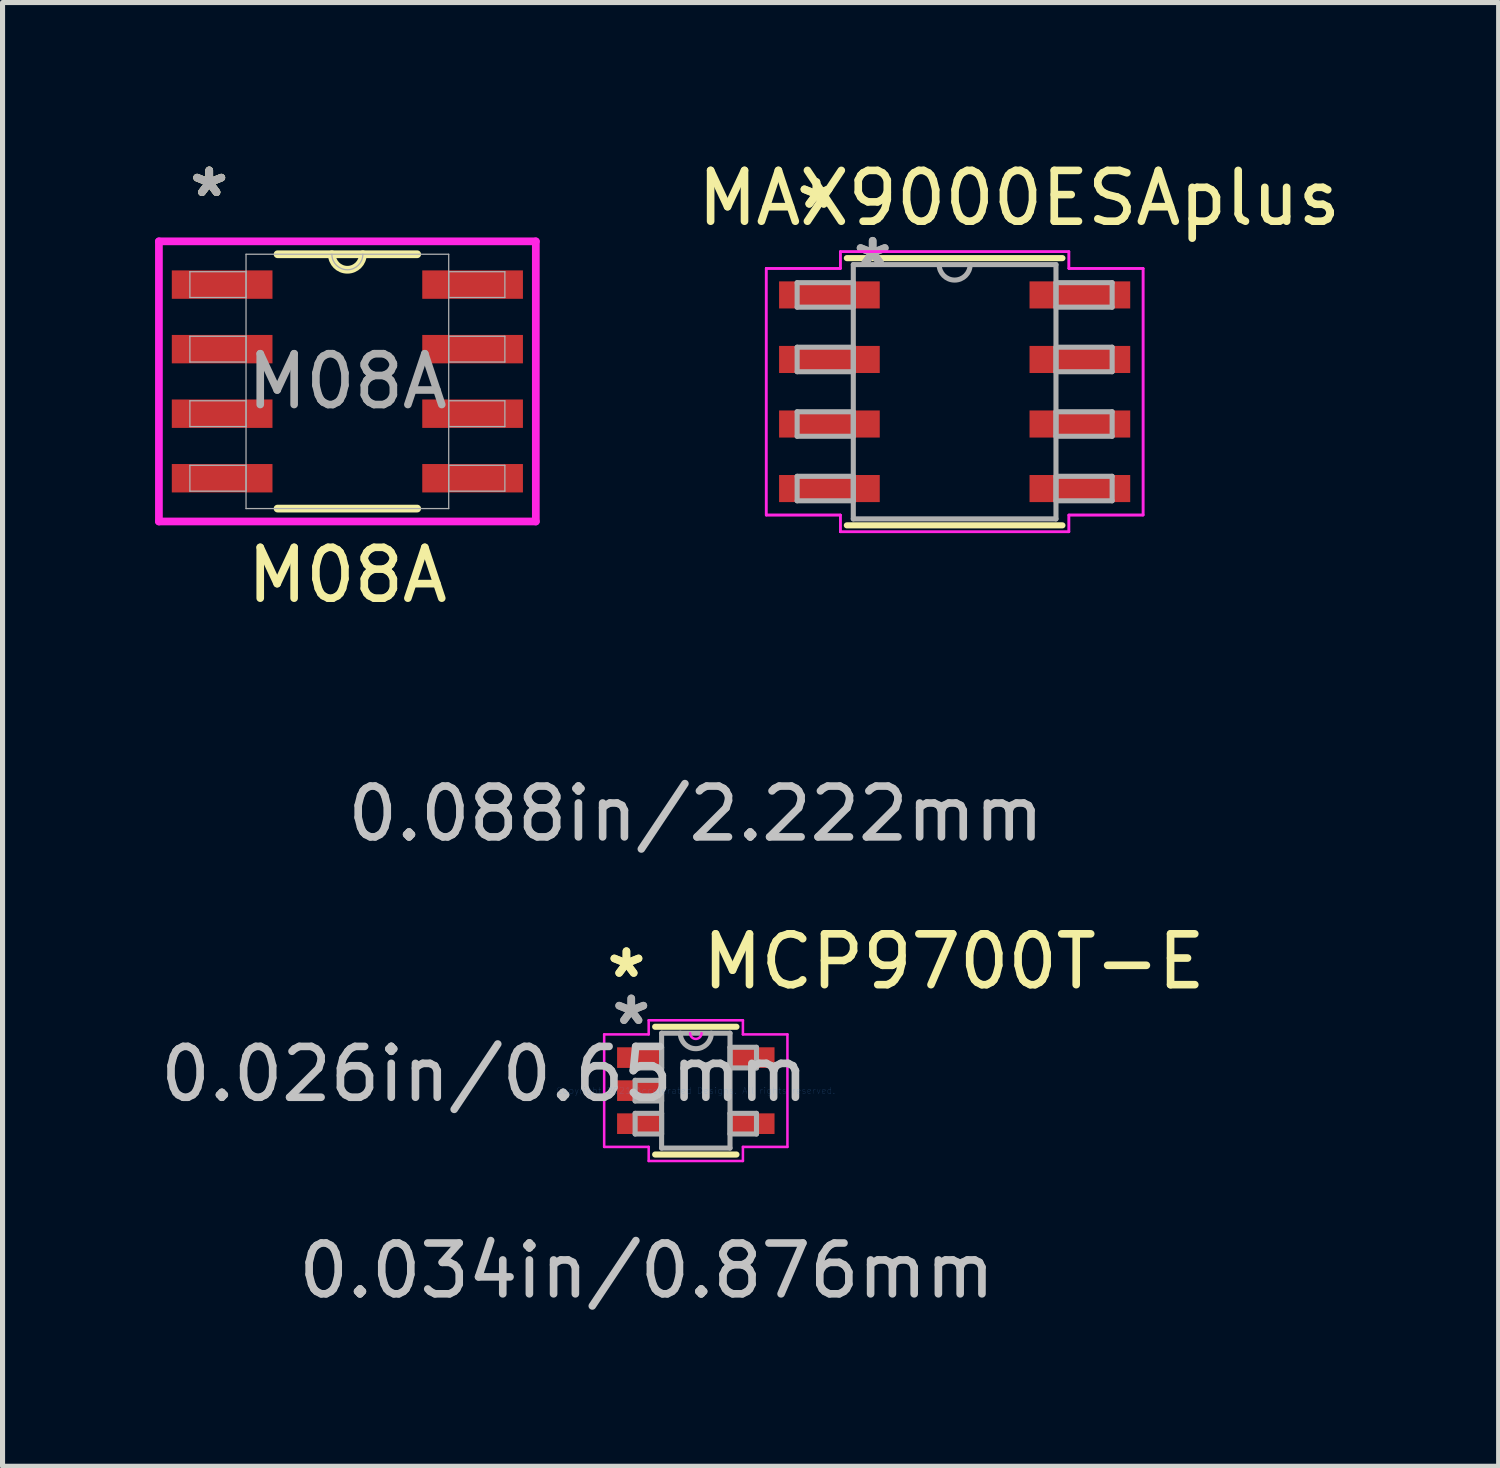
<source format=kicad_pcb>
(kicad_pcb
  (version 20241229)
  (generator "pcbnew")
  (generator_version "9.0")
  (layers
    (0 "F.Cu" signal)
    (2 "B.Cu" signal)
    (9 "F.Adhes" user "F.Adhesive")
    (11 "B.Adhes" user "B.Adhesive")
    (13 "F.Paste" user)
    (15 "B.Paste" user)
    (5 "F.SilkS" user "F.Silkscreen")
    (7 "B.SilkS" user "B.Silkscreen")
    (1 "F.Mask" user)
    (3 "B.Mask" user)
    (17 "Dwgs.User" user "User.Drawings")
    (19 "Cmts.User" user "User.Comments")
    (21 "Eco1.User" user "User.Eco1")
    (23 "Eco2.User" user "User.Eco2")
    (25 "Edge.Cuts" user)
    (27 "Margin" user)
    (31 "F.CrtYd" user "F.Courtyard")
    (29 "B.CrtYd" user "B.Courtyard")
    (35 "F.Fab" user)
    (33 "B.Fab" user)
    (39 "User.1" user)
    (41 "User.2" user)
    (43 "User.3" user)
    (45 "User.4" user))
  (footprint "MAX9000ESAplus"
    (layer "F.Cu")
    (at 15.734 4.658)
    (property "Reference" "MAX9000ESAplus" (at 1.27 -3.81 0) (layer "F.SilkS") (effects (font (size 1 1) (thickness 0.15))))
    (attr through_hole)
    (fp_line (start -2.121 2.629) (end 2.121 2.629) (stroke (width 0.12) (type solid)) (layer "F.SilkS"))
    (fp_line (start 2.121 -2.629) (end -2.121 -2.629) (stroke (width 0.12) (type solid)) (layer "F.SilkS"))
    (fp_line (start -3.708 -2.426) (end -2.248 -2.426) (stroke (width 0.05) (type solid)) (layer "F.CrtYd"))
    (fp_line (start -3.708 -2.426) (end -2.248 -2.426) (stroke (width 0.05) (type solid)) (layer "F.CrtYd"))
    (fp_line (start -3.708 2.426) (end -3.708 -2.426) (stroke (width 0.05) (type solid)) (layer "F.CrtYd"))
    (fp_line (start -3.708 2.426) (end -3.708 -2.426) (stroke (width 0.05) (type solid)) (layer "F.CrtYd"))
    (fp_line (start -3.708 2.426) (end -2.248 2.426) (stroke (width 0.05) (type solid)) (layer "F.CrtYd"))
    (fp_line (start -2.248 -2.756) (end 2.248 -2.756) (stroke (width 0.05) (type solid)) (layer "F.CrtYd"))
    (fp_line (start -2.248 -2.756) (end 2.248 -2.756) (stroke (width 0.05) (type solid)) (layer "F.CrtYd"))
    (fp_line (start -2.248 -2.426) (end -2.248 -2.756) (stroke (width 0.05) (type solid)) (layer "F.CrtYd"))
    (fp_line (start -2.248 -2.426) (end -2.248 -2.756) (stroke (width 0.05) (type solid)) (layer "F.CrtYd"))
    (fp_line (start -2.248 2.426) (end -3.708 2.426) (stroke (width 0.05) (type solid)) (layer "F.CrtYd"))
    (fp_line (start -2.248 2.756) (end -2.248 2.426) (stroke (width 0.05) (type solid)) (layer "F.CrtYd"))
    (fp_line (start -2.248 2.756) (end -2.248 2.426) (stroke (width 0.05) (type solid)) (layer "F.CrtYd"))
    (fp_line (start 2.248 -2.756) (end 2.248 -2.426) (stroke (width 0.05) (type solid)) (layer "F.CrtYd"))
    (fp_line (start 2.248 -2.756) (end 2.248 -2.426) (stroke (width 0.05) (type solid)) (layer "F.CrtYd"))
    (fp_line (start 2.248 -2.426) (end 3.708 -2.426) (stroke (width 0.05) (type solid)) (layer "F.CrtYd"))
    (fp_line (start 2.248 2.426) (end 2.248 2.756) (stroke (width 0.05) (type solid)) (layer "F.CrtYd"))
    (fp_line (start 2.248 2.426) (end 2.248 2.756) (stroke (width 0.05) (type solid)) (layer "F.CrtYd"))
    (fp_line (start 2.248 2.756) (end -2.248 2.756) (stroke (width 0.05) (type solid)) (layer "F.CrtYd"))
    (fp_line (start 2.248 2.756) (end -2.248 2.756) (stroke (width 0.05) (type solid)) (layer "F.CrtYd"))
    (fp_line (start 3.708 -2.426) (end 2.248 -2.426) (stroke (width 0.05) (type solid)) (layer "F.CrtYd"))
    (fp_line (start 3.708 -2.426) (end 3.708 2.426) (stroke (width 0.05) (type solid)) (layer "F.CrtYd"))
    (fp_line (start 3.708 -2.426) (end 3.708 2.426) (stroke (width 0.05) (type solid)) (layer "F.CrtYd"))
    (fp_line (start 3.708 2.426) (end 2.248 2.426) (stroke (width 0.05) (type solid)) (layer "F.CrtYd"))
    (fp_line (start 3.708 2.426) (end 2.248 2.426) (stroke (width 0.05) (type solid)) (layer "F.CrtYd"))
    (fp_line (start -3.099 -2.146) (end -3.099 -1.664) (stroke (width 0.1) (type solid)) (layer "F.Fab"))
    (fp_line (start -3.099 -1.664) (end -1.994 -1.664) (stroke (width 0.1) (type solid)) (layer "F.Fab"))
    (fp_line (start -3.099 -0.876) (end -3.099 -0.394) (stroke (width 0.1) (type solid)) (layer "F.Fab"))
    (fp_line (start -3.099 -0.394) (end -1.994 -0.394) (stroke (width 0.1) (type solid)) (layer "F.Fab"))
    (fp_line (start -3.099 0.394) (end -3.099 0.876) (stroke (width 0.1) (type solid)) (layer "F.Fab"))
    (fp_line (start -3.099 0.876) (end -1.994 0.876) (stroke (width 0.1) (type solid)) (layer "F.Fab"))
    (fp_line (start -3.099 1.664) (end -3.099 2.146) (stroke (width 0.1) (type solid)) (layer "F.Fab"))
    (fp_line (start -3.099 2.146) (end -1.994 2.146) (stroke (width 0.1) (type solid)) (layer "F.Fab"))
    (fp_line (start -1.994 -2.502) (end -1.994 2.502) (stroke (width 0.1) (type solid)) (layer "F.Fab"))
    (fp_line (start -1.994 -2.146) (end -3.099 -2.146) (stroke (width 0.1) (type solid)) (layer "F.Fab"))
    (fp_line (start -1.994 -1.664) (end -1.994 -2.146) (stroke (width 0.1) (type solid)) (layer "F.Fab"))
    (fp_line (start -1.994 -0.876) (end -3.099 -0.876) (stroke (width 0.1) (type solid)) (layer "F.Fab"))
    (fp_line (start -1.994 -0.394) (end -1.994 -0.876) (stroke (width 0.1) (type solid)) (layer "F.Fab"))
    (fp_line (start -1.994 0.394) (end -3.099 0.394) (stroke (width 0.1) (type solid)) (layer "F.Fab"))
    (fp_line (start -1.994 0.876) (end -1.994 0.394) (stroke (width 0.1) (type solid)) (layer "F.Fab"))
    (fp_line (start -1.994 1.664) (end -3.099 1.664) (stroke (width 0.1) (type solid)) (layer "F.Fab"))
    (fp_line (start -1.994 2.146) (end -1.994 1.664) (stroke (width 0.1) (type solid)) (layer "F.Fab"))
    (fp_line (start -1.994 2.502) (end 1.994 2.502) (stroke (width 0.1) (type solid)) (layer "F.Fab"))
    (fp_line (start 1.994 -2.502) (end -1.994 -2.502) (stroke (width 0.1) (type solid)) (layer "F.Fab"))
    (fp_line (start 1.994 -2.146) (end 1.994 -1.664) (stroke (width 0.1) (type solid)) (layer "F.Fab"))
    (fp_line (start 1.994 -1.664) (end 3.099 -1.664) (stroke (width 0.1) (type solid)) (layer "F.Fab"))
    (fp_line (start 1.994 -0.876) (end 1.994 -0.394) (stroke (width 0.1) (type solid)) (layer "F.Fab"))
    (fp_line (start 1.994 -0.394) (end 3.099 -0.394) (stroke (width 0.1) (type solid)) (layer "F.Fab"))
    (fp_line (start 1.994 0.394) (end 1.994 0.876) (stroke (width 0.1) (type solid)) (layer "F.Fab"))
    (fp_line (start 1.994 0.876) (end 3.099 0.876) (stroke (width 0.1) (type solid)) (layer "F.Fab"))
    (fp_line (start 1.994 1.664) (end 1.994 2.146) (stroke (width 0.1) (type solid)) (layer "F.Fab"))
    (fp_line (start 1.994 2.146) (end 3.099 2.146) (stroke (width 0.1) (type solid)) (layer "F.Fab"))
    (fp_line (start 1.994 2.502) (end 1.994 -2.502) (stroke (width 0.1) (type solid)) (layer "F.Fab"))
    (fp_line (start 3.099 -2.146) (end 1.994 -2.146) (stroke (width 0.1) (type solid)) (layer "F.Fab"))
    (fp_line (start 3.099 -1.664) (end 3.099 -2.146) (stroke (width 0.1) (type solid)) (layer "F.Fab"))
    (fp_line (start 3.099 -0.876) (end 1.994 -0.876) (stroke (width 0.1) (type solid)) (layer "F.Fab"))
    (fp_line (start 3.099 -0.394) (end 3.099 -0.876) (stroke (width 0.1) (type solid)) (layer "F.Fab"))
    (fp_line (start 3.099 0.394) (end 1.994 0.394) (stroke (width 0.1) (type solid)) (layer "F.Fab"))
    (fp_line (start 3.099 0.876) (end 3.099 0.394) (stroke (width 0.1) (type solid)) (layer "F.Fab"))
    (fp_line (start 3.099 1.664) (end 1.994 1.664) (stroke (width 0.1) (type solid)) (layer "F.Fab"))
    (fp_line (start 3.099 2.146) (end 3.099 1.664) (stroke (width 0.1) (type solid)) (layer "F.Fab"))
    (fp_arc (start 0.3048 -2.5019) (mid 0 -2.1971) (end -0.3048 -2.5019) (stroke (width 0.1) (type solid)) (layer "F.Fab"))
    (fp_text user "*" (at -2.718 -3.581 0) (layer "F.SilkS") (effects (font (size 1 1) (thickness 0.15))))
    (fp_text user "*" (at -2.718 -3.581 0) (layer "F.SilkS") (effects (font (size 1 1) (thickness 0.15))))
    (fp_text user "*" (at -1.613 -2.426 0) (layer "F.Fab") (effects (font (size 1 1) (thickness 0.15))))
    (fp_text user "*" (at -1.613 -2.426 0) (layer "F.Fab") (effects (font (size 1 1) (thickness 0.15))))
    (pad "1" smd rect (at -2.464 -1.905) (size 1.981 0.533) (layers "F.Cu" "F.Mask" "F.Paste"))
    (pad "2" smd rect (at -2.464 -0.635) (size 1.981 0.533) (layers "F.Cu" "F.Mask" "F.Paste"))
    (pad "3" smd rect (at -2.464 0.635) (size 1.981 0.533) (layers "F.Cu" "F.Mask" "F.Paste"))
    (pad "4" smd rect (at -2.464 1.905) (size 1.981 0.533) (layers "F.Cu" "F.Mask" "F.Paste"))
    (pad "5" smd rect (at 2.464 1.905) (size 1.981 0.533) (layers "F.Cu" "F.Mask" "F.Paste"))
    (pad "6" smd rect (at 2.464 0.635) (size 1.981 0.533) (layers "F.Cu" "F.Mask" "F.Paste"))
    (pad "7" smd rect (at 2.464 -0.635) (size 1.981 0.533) (layers "F.Cu" "F.Mask" "F.Paste"))
    (pad "8" smd rect (at 2.464 -1.905) (size 1.981 0.533) (layers "F.Cu" "F.Mask" "F.Paste")))
  (footprint "MCP9700T-E"
    (layer "F.Cu")
    (at 10.641 18.41)
    (property "Reference" "MCP9700T-E" (at 5.08 -2.54 0) (layer "F.SilkS") (effects (font (size 1 1) (thickness 0.15))))
    (attr through_hole)
    (fp_line (start -0.8 1.257) (end 0.8 1.257) (stroke (width 0.12) (type solid)) (layer "F.SilkS"))
    (fp_line (start 0.8 -1.257) (end -0.8 -1.257) (stroke (width 0.12) (type solid)) (layer "F.SilkS"))
    (fp_line (start -1.803 -1.107) (end -0.927 -1.107) (stroke (width 0.05) (type solid)) (layer "F.CrtYd"))
    (fp_line (start -1.803 1.107) (end -1.803 -1.107) (stroke (width 0.05) (type solid)) (layer "F.CrtYd"))
    (fp_line (start -0.927 -1.384) (end 0.927 -1.384) (stroke (width 0.05) (type solid)) (layer "F.CrtYd"))
    (fp_line (start -0.927 -1.107) (end -0.927 -1.384) (stroke (width 0.05) (type solid)) (layer "F.CrtYd"))
    (fp_line (start -0.927 1.107) (end -1.803 1.107) (stroke (width 0.05) (type solid)) (layer "F.CrtYd"))
    (fp_line (start -0.927 1.384) (end -0.927 1.107) (stroke (width 0.05) (type solid)) (layer "F.CrtYd"))
    (fp_line (start 0.927 -1.384) (end 0.927 -1.107) (stroke (width 0.05) (type solid)) (layer "F.CrtYd"))
    (fp_line (start 0.927 -1.107) (end 1.803 -1.107) (stroke (width 0.05) (type solid)) (layer "F.CrtYd"))
    (fp_line (start 0.927 1.107) (end 0.927 1.384) (stroke (width 0.05) (type solid)) (layer "F.CrtYd"))
    (fp_line (start 0.927 1.384) (end -0.927 1.384) (stroke (width 0.05) (type solid)) (layer "F.CrtYd"))
    (fp_line (start 1.803 -1.107) (end 1.803 1.107) (stroke (width 0.05) (type solid)) (layer "F.CrtYd"))
    (fp_line (start 1.803 1.107) (end 0.927 1.107) (stroke (width 0.05) (type solid)) (layer "F.CrtYd"))
    (fp_arc (start 0.112183 -1.1303) (mid 0 -1.018117) (end -0.112183 -1.1303) (stroke (width 0.05) (type solid)) (layer "F.CrtYd"))
    (fp_line (start -1.194 -0.853) (end -1.194 -0.447) (stroke (width 0.1) (type solid)) (layer "F.Fab"))
    (fp_line (start -1.194 -0.447) (end -0.673 -0.447) (stroke (width 0.1) (type solid)) (layer "F.Fab"))
    (fp_line (start -1.194 -0.203) (end -1.194 0.203) (stroke (width 0.1) (type solid)) (layer "F.Fab"))
    (fp_line (start -1.194 0.203) (end -0.673 0.203) (stroke (width 0.1) (type solid)) (layer "F.Fab"))
    (fp_line (start -1.194 0.447) (end -1.194 0.853) (stroke (width 0.1) (type solid)) (layer "F.Fab"))
    (fp_line (start -1.194 0.853) (end -0.673 0.853) (stroke (width 0.1) (type solid)) (layer "F.Fab"))
    (fp_line (start -0.673 -1.13) (end -0.673 1.13) (stroke (width 0.1) (type solid)) (layer "F.Fab"))
    (fp_line (start -0.673 -0.853) (end -1.194 -0.853) (stroke (width 0.1) (type solid)) (layer "F.Fab"))
    (fp_line (start -0.673 -0.447) (end -0.673 -0.853) (stroke (width 0.1) (type solid)) (layer "F.Fab"))
    (fp_line (start -0.673 -0.203) (end -1.194 -0.203) (stroke (width 0.1) (type solid)) (layer "F.Fab"))
    (fp_line (start -0.673 0.203) (end -0.673 -0.203) (stroke (width 0.1) (type solid)) (layer "F.Fab"))
    (fp_line (start -0.673 0.447) (end -1.194 0.447) (stroke (width 0.1) (type solid)) (layer "F.Fab"))
    (fp_line (start -0.673 0.853) (end -0.673 0.447) (stroke (width 0.1) (type solid)) (layer "F.Fab"))
    (fp_line (start -0.673 1.13) (end 0.673 1.13) (stroke (width 0.1) (type solid)) (layer "F.Fab"))
    (fp_line (start 0.673 -1.13) (end -0.673 -1.13) (stroke (width 0.1) (type solid)) (layer "F.Fab"))
    (fp_line (start 0.673 -0.853) (end 0.673 -0.447) (stroke (width 0.1) (type solid)) (layer "F.Fab"))
    (fp_line (start 0.673 -0.447) (end 1.194 -0.447) (stroke (width 0.1) (type solid)) (layer "F.Fab"))
    (fp_line (start 0.673 0.447) (end 0.673 0.853) (stroke (width 0.1) (type solid)) (layer "F.Fab"))
    (fp_line (start 0.673 0.853) (end 1.194 0.853) (stroke (width 0.1) (type solid)) (layer "F.Fab"))
    (fp_line (start 0.673 1.13) (end 0.673 -1.13) (stroke (width 0.1) (type solid)) (layer "F.Fab"))
    (fp_line (start 1.194 -0.853) (end 0.673 -0.853) (stroke (width 0.1) (type solid)) (layer "F.Fab"))
    (fp_line (start 1.194 -0.447) (end 1.194 -0.853) (stroke (width 0.1) (type solid)) (layer "F.Fab"))
    (fp_line (start 1.194 0.447) (end 0.673 0.447) (stroke (width 0.1) (type solid)) (layer "F.Fab"))
    (fp_line (start 1.194 0.853) (end 1.194 0.447) (stroke (width 0.1) (type solid)) (layer "F.Fab"))
    (fp_arc (start 0.3048 -1.1303) (mid 0 -0.8255) (end -0.3048 -1.1303) (stroke (width 0.1) (type solid)) (layer "F.Fab"))
    (fp_text user "*" (at -1.365 -2.199 0) (layer "F.SilkS") (effects (font (size 1 1) (thickness 0.15))))
    (fp_text user "*" (at -1.365 -2.199 0) (layer "F.SilkS") (effects (font (size 1 1) (thickness 0.15))))
    (fp_text user "0.088in/2.222mm" (at 0 -5.448 0) (layer "Dwgs.User") (effects (font (size 1 1) (thickness 0.15))))
    (fp_text user "0.026in/0.65mm" (at -4.159 -0.325 0) (layer "Dwgs.User") (effects (font (size 1 1) (thickness 0.15))))
    (fp_text user "0.034in/0.876mm" (at -0.965 3.543 0) (layer "Dwgs.User") (effects (font (size 1 1) (thickness 0.15))))
    (fp_text user "Copyright 2021 Accelerated Designs. All rights reserved." (at 0 0 0) (layer "Cmts.User") (effects (font (size 0.127 0.127) (thickness 0.002))))
    (fp_text user "*" (at -1.27 -1.27 0) (layer "F.Fab") (effects (font (size 1 1) (thickness 0.15))))
    (fp_text user "*" (at -1.27 -1.27 0) (layer "F.Fab") (effects (font (size 1 1) (thickness 0.15))))
    (pad "1" smd rect (at -1.111 -0.65) (size 0.876 0.406) (layers "F.Cu" "F.Mask" "F.Paste"))
    (pad "2" smd rect (at -1.111 0) (size 0.876 0.406) (layers "F.Cu" "F.Mask" "F.Paste"))
    (pad "3" smd rect (at -1.111 0.65) (size 0.876 0.406) (layers "F.Cu" "F.Mask" "F.Paste"))
    (pad "4" smd rect (at 1.111 0.65) (size 0.876 0.406) (layers "F.Cu" "F.Mask" "F.Paste"))
    (pad "5" smd rect (at 1.111 -0.65) (size 0.876 0.406) (layers "F.Cu" "F.Mask" "F.Paste")))
  (footprint "M08A"
    (layer "F.Cu")
    (at 3.785 4.455)
    (property "Reference" "M08A" (at 0 3.81 0) (unlocked yes) (layer "F.SilkS") (effects (font (size 1 1) (thickness 0.15))))
    (attr smd)
    (fp_line (start -1.374 2.502) (end 1.374 2.502) (stroke (width 0.152) (type solid)) (layer "F.SilkS"))
    (fp_line (start 1.374 -2.502) (end -1.374 -2.502) (stroke (width 0.152) (type solid)) (layer "F.SilkS"))
    (fp_arc (start 0.3048 -2.5019) (mid 0 -2.1971) (end -0.3048 -2.5019) (stroke (width 0.1524) (type solid)) (layer "F.SilkS"))
    (fp_line (start -3.708 -2.756) (end 3.708 -2.756) (stroke (width 0.152) (type solid)) (layer "F.CrtYd"))
    (fp_line (start -3.708 2.756) (end -3.708 -2.756) (stroke (width 0.152) (type solid)) (layer "F.CrtYd"))
    (fp_line (start 3.708 -2.756) (end 3.708 2.756) (stroke (width 0.152) (type solid)) (layer "F.CrtYd"))
    (fp_line (start 3.708 2.756) (end -3.708 2.756) (stroke (width 0.152) (type solid)) (layer "F.CrtYd"))
    (fp_line (start -3.099 -2.159) (end -3.099 -1.651) (stroke (width 0.025) (type solid)) (layer "F.Fab"))
    (fp_line (start -3.099 -1.651) (end -1.994 -1.651) (stroke (width 0.025) (type solid)) (layer "F.Fab"))
    (fp_line (start -3.099 -0.889) (end -3.099 -0.381) (stroke (width 0.025) (type solid)) (layer "F.Fab"))
    (fp_line (start -3.099 -0.381) (end -1.994 -0.381) (stroke (width 0.025) (type solid)) (layer "F.Fab"))
    (fp_line (start -3.099 0.381) (end -3.099 0.889) (stroke (width 0.025) (type solid)) (layer "F.Fab"))
    (fp_line (start -3.099 0.889) (end -1.994 0.889) (stroke (width 0.025) (type solid)) (layer "F.Fab"))
    (fp_line (start -3.099 1.651) (end -3.099 2.159) (stroke (width 0.025) (type solid)) (layer "F.Fab"))
    (fp_line (start -3.099 2.159) (end -1.994 2.159) (stroke (width 0.025) (type solid)) (layer "F.Fab"))
    (fp_line (start -1.994 -2.502) (end -1.994 2.502) (stroke (width 0.025) (type solid)) (layer "F.Fab"))
    (fp_line (start -1.994 -2.159) (end -3.099 -2.159) (stroke (width 0.025) (type solid)) (layer "F.Fab"))
    (fp_line (start -1.994 -1.651) (end -1.994 -2.159) (stroke (width 0.025) (type solid)) (layer "F.Fab"))
    (fp_line (start -1.994 -0.889) (end -3.099 -0.889) (stroke (width 0.025) (type solid)) (layer "F.Fab"))
    (fp_line (start -1.994 -0.381) (end -1.994 -0.889) (stroke (width 0.025) (type solid)) (layer "F.Fab"))
    (fp_line (start -1.994 0.381) (end -3.099 0.381) (stroke (width 0.025) (type solid)) (layer "F.Fab"))
    (fp_line (start -1.994 0.889) (end -1.994 0.381) (stroke (width 0.025) (type solid)) (layer "F.Fab"))
    (fp_line (start -1.994 1.651) (end -3.099 1.651) (stroke (width 0.025) (type solid)) (layer "F.Fab"))
    (fp_line (start -1.994 2.159) (end -1.994 1.651) (stroke (width 0.025) (type solid)) (layer "F.Fab"))
    (fp_line (start -1.994 2.502) (end 1.994 2.502) (stroke (width 0.025) (type solid)) (layer "F.Fab"))
    (fp_line (start 1.994 -2.502) (end -1.994 -2.502) (stroke (width 0.025) (type solid)) (layer "F.Fab"))
    (fp_line (start 1.994 -2.159) (end 1.994 -1.651) (stroke (width 0.025) (type solid)) (layer "F.Fab"))
    (fp_line (start 1.994 -1.651) (end 3.099 -1.651) (stroke (width 0.025) (type solid)) (layer "F.Fab"))
    (fp_line (start 1.994 -0.889) (end 1.994 -0.381) (stroke (width 0.025) (type solid)) (layer "F.Fab"))
    (fp_line (start 1.994 -0.381) (end 3.099 -0.381) (stroke (width 0.025) (type solid)) (layer "F.Fab"))
    (fp_line (start 1.994 0.381) (end 1.994 0.889) (stroke (width 0.025) (type solid)) (layer "F.Fab"))
    (fp_line (start 1.994 0.889) (end 3.099 0.889) (stroke (width 0.025) (type solid)) (layer "F.Fab"))
    (fp_line (start 1.994 1.651) (end 1.994 2.159) (stroke (width 0.025) (type solid)) (layer "F.Fab"))
    (fp_line (start 1.994 2.159) (end 3.099 2.159) (stroke (width 0.025) (type solid)) (layer "F.Fab"))
    (fp_line (start 1.994 2.502) (end 1.994 -2.502) (stroke (width 0.025) (type solid)) (layer "F.Fab"))
    (fp_line (start 3.099 -2.159) (end 1.994 -2.159) (stroke (width 0.025) (type solid)) (layer "F.Fab"))
    (fp_line (start 3.099 -1.651) (end 3.099 -2.159) (stroke (width 0.025) (type solid)) (layer "F.Fab"))
    (fp_line (start 3.099 -0.889) (end 1.994 -0.889) (stroke (width 0.025) (type solid)) (layer "F.Fab"))
    (fp_line (start 3.099 -0.381) (end 3.099 -0.889) (stroke (width 0.025) (type solid)) (layer "F.Fab"))
    (fp_line (start 3.099 0.381) (end 1.994 0.381) (stroke (width 0.025) (type solid)) (layer "F.Fab"))
    (fp_line (start 3.099 0.889) (end 3.099 0.381) (stroke (width 0.025) (type solid)) (layer "F.Fab"))
    (fp_line (start 3.099 1.651) (end 1.994 1.651) (stroke (width 0.025) (type solid)) (layer "F.Fab"))
    (fp_line (start 3.099 2.159) (end 3.099 1.651) (stroke (width 0.025) (type solid)) (layer "F.Fab"))
    (fp_arc (start 0.3048 -2.5019) (mid 0 -2.1971) (end -0.3048 -2.5019) (stroke (width 0.0254) (type solid)) (layer "F.Fab"))
    (fp_text user "*" (at -2.718 -3.607 0) (unlocked yes) (layer "F.SilkS") (effects (font (size 1 1) (thickness 0.15))))
    (fp_text user "*" (at -2.718 -3.607 0) (layer "F.SilkS") (effects (font (size 1 1) (thickness 0.15))))
    (fp_text user "*" (at -2.718 -3.607 0) (unlocked yes) (layer "F.Fab") (effects (font (size 1 1) (thickness 0.15))))
    (fp_text user "${REFERENCE}" (at 0 0 0) (unlocked yes) (layer "F.Fab") (effects (font (size 1 1) (thickness 0.15))))
    (fp_text user "*" (at -2.718 -3.607 0) (layer "F.Fab") (effects (font (size 1 1) (thickness 0.15))))
    (pad "1" smd rect (at -2.464 -1.905) (size 1.981 0.559) (layers "F.Cu" "F.Mask" "F.Paste"))
    (pad "2" smd rect (at -2.464 -0.635) (size 1.981 0.559) (layers "F.Cu" "F.Mask" "F.Paste"))
    (pad "3" smd rect (at -2.464 0.635) (size 1.981 0.559) (layers "F.Cu" "F.Mask" "F.Paste"))
    (pad "4" smd rect (at -2.464 1.905) (size 1.981 0.559) (layers "F.Cu" "F.Mask" "F.Paste"))
    (pad "5" smd rect (at 2.464 1.905) (size 1.981 0.559) (layers "F.Cu" "F.Mask" "F.Paste"))
    (pad "6" smd rect (at 2.464 0.635) (size 1.981 0.559) (layers "F.Cu" "F.Mask" "F.Paste"))
    (pad "7" smd rect (at 2.464 -0.635) (size 1.981 0.559) (layers "F.Cu" "F.Mask" "F.Paste"))
    (pad "8" smd rect (at 2.464 -1.905) (size 1.981 0.559) (layers "F.Cu" "F.Mask" "F.Paste")))
  (gr_rect
    (start -3 -3)
    (end 26.438 25.801)
    (stroke (width 0.1) (type default))
    (fill no)
    (layer "Edge.Cuts")))
</source>
